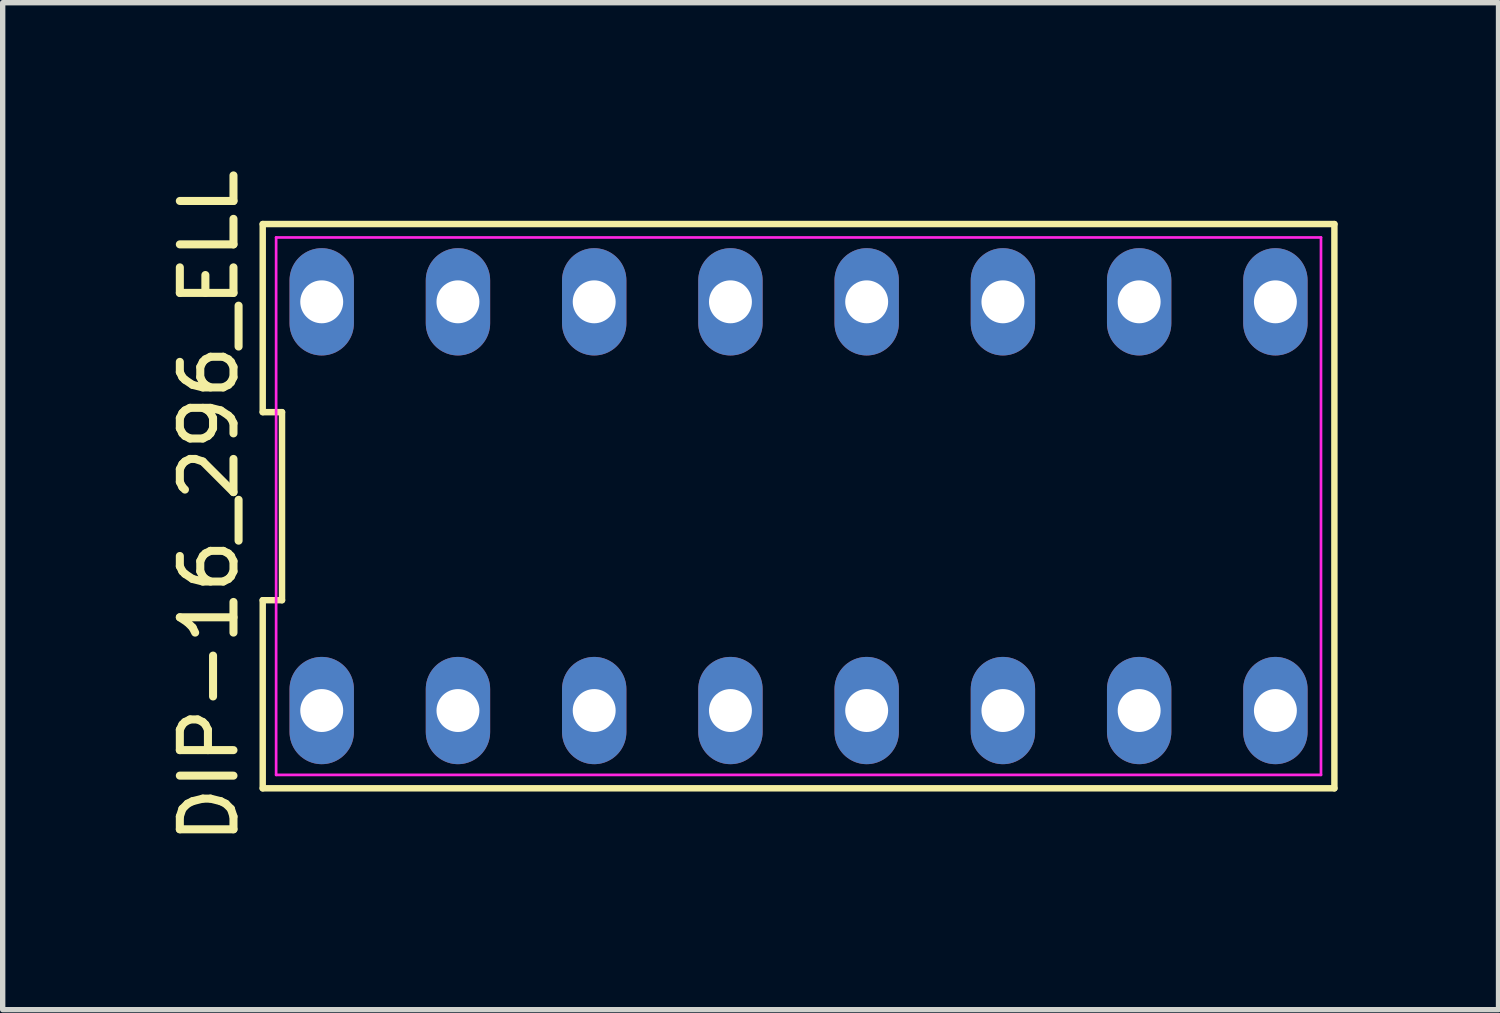
<source format=kicad_pcb>
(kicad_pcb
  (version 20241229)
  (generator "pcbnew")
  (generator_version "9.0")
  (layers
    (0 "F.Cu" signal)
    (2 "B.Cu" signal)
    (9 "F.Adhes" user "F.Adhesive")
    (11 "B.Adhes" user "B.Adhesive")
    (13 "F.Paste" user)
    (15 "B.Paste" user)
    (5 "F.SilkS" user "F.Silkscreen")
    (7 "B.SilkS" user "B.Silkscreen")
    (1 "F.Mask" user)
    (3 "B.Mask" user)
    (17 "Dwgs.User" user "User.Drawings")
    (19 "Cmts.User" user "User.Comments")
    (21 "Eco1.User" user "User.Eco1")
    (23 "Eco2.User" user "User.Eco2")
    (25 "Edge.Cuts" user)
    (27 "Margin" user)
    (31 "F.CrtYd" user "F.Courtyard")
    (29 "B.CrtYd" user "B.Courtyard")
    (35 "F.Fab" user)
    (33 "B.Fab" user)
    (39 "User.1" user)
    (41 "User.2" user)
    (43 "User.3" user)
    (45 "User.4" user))
  (footprint "DIP-16_296_ELL"
    (layer "F.Cu")
    (at 11.838 6.387)
    (property "Reference" "DIP-16_296_ELL" (at -10.99 0 90) (layer "F.SilkS") (effects (font (size 1 1) (thickness 0.15))))
    (attr through_hole)
    (fp_line (start -9.99 -5.26) (end -9.99 -1.753) (stroke (width 0.12) (type solid)) (layer "F.SilkS"))
    (fp_line (start -9.99 -1.753) (end -9.63 -1.753) (stroke (width 0.12) (type solid)) (layer "F.SilkS"))
    (fp_line (start -9.99 1.753) (end -9.99 5.26) (stroke (width 0.12) (type solid)) (layer "F.SilkS"))
    (fp_line (start -9.99 5.26) (end 9.99 5.26) (stroke (width 0.12) (type solid)) (layer "F.SilkS"))
    (fp_line (start -9.63 -1.753) (end -9.63 1.753) (stroke (width 0.12) (type solid)) (layer "F.SilkS"))
    (fp_line (start -9.63 1.753) (end -9.99 1.753) (stroke (width 0.12) (type solid)) (layer "F.SilkS"))
    (fp_line (start 9.99 -5.26) (end -9.99 -5.26) (stroke (width 0.12) (type solid)) (layer "F.SilkS"))
    (fp_line (start 9.99 5.26) (end 9.99 -5.26) (stroke (width 0.12) (type solid)) (layer "F.SilkS"))
    (fp_line (start -9.74 -5.01) (end 9.74 -5.01) (stroke (width 0.05) (type solid)) (layer "F.CrtYd"))
    (fp_line (start -9.74 5.01) (end -9.74 -5.01) (stroke (width 0.05) (type solid)) (layer "F.CrtYd"))
    (fp_line (start 9.74 -5.01) (end 9.74 5.01) (stroke (width 0.05) (type solid)) (layer "F.CrtYd"))
    (fp_line (start 9.74 5.01) (end -9.74 5.01) (stroke (width 0.05) (type solid)) (layer "F.CrtYd"))
    (pad "1" thru_hole oval (at -8.89 -3.81) (size 1.2 2) (drill 0.8) (layers "*.Cu" "*.Mask"))
    (pad "2" thru_hole oval (at -6.35 -3.81) (size 1.2 2) (drill 0.8) (layers "*.Cu" "*.Mask"))
    (pad "3" thru_hole oval (at -3.81 -3.81) (size 1.2 2) (drill 0.8) (layers "*.Cu" "*.Mask"))
    (pad "4" thru_hole oval (at -1.27 -3.81) (size 1.2 2) (drill 0.8) (layers "*.Cu" "*.Mask"))
    (pad "5" thru_hole oval (at 1.27 -3.81) (size 1.2 2) (drill 0.8) (layers "*.Cu" "*.Mask"))
    (pad "6" thru_hole oval (at 3.81 -3.81) (size 1.2 2) (drill 0.8) (layers "*.Cu" "*.Mask"))
    (pad "7" thru_hole oval (at 6.35 -3.81) (size 1.2 2) (drill 0.8) (layers "*.Cu" "*.Mask"))
    (pad "8" thru_hole oval (at 8.89 -3.81) (size 1.2 2) (drill 0.8) (layers "*.Cu" "*.Mask"))
    (pad "9" thru_hole oval (at 8.89 3.81) (size 1.2 2) (drill 0.8) (layers "*.Cu" "*.Mask"))
    (pad "10" thru_hole oval (at 6.35 3.81) (size 1.2 2) (drill 0.8) (layers "*.Cu" "*.Mask"))
    (pad "11" thru_hole oval (at 3.81 3.81) (size 1.2 2) (drill 0.8) (layers "*.Cu" "*.Mask"))
    (pad "12" thru_hole oval (at 1.27 3.81) (size 1.2 2) (drill 0.8) (layers "*.Cu" "*.Mask"))
    (pad "13" thru_hole oval (at -1.27 3.81) (size 1.2 2) (drill 0.8) (layers "*.Cu" "*.Mask"))
    (pad "14" thru_hole oval (at -3.81 3.81) (size 1.2 2) (drill 0.8) (layers "*.Cu" "*.Mask"))
    (pad "15" thru_hole oval (at -6.35 3.81) (size 1.2 2) (drill 0.8) (layers "*.Cu" "*.Mask"))
    (pad "16" thru_hole oval (at -8.89 3.81) (size 1.2 2) (drill 0.8) (layers "*.Cu" "*.Mask")))
  (gr_rect
    (start -3 -3)
    (end 24.888 15.774)
    (stroke (width 0.1) (type default))
    (fill no)
    (layer "Edge.Cuts")))
</source>
